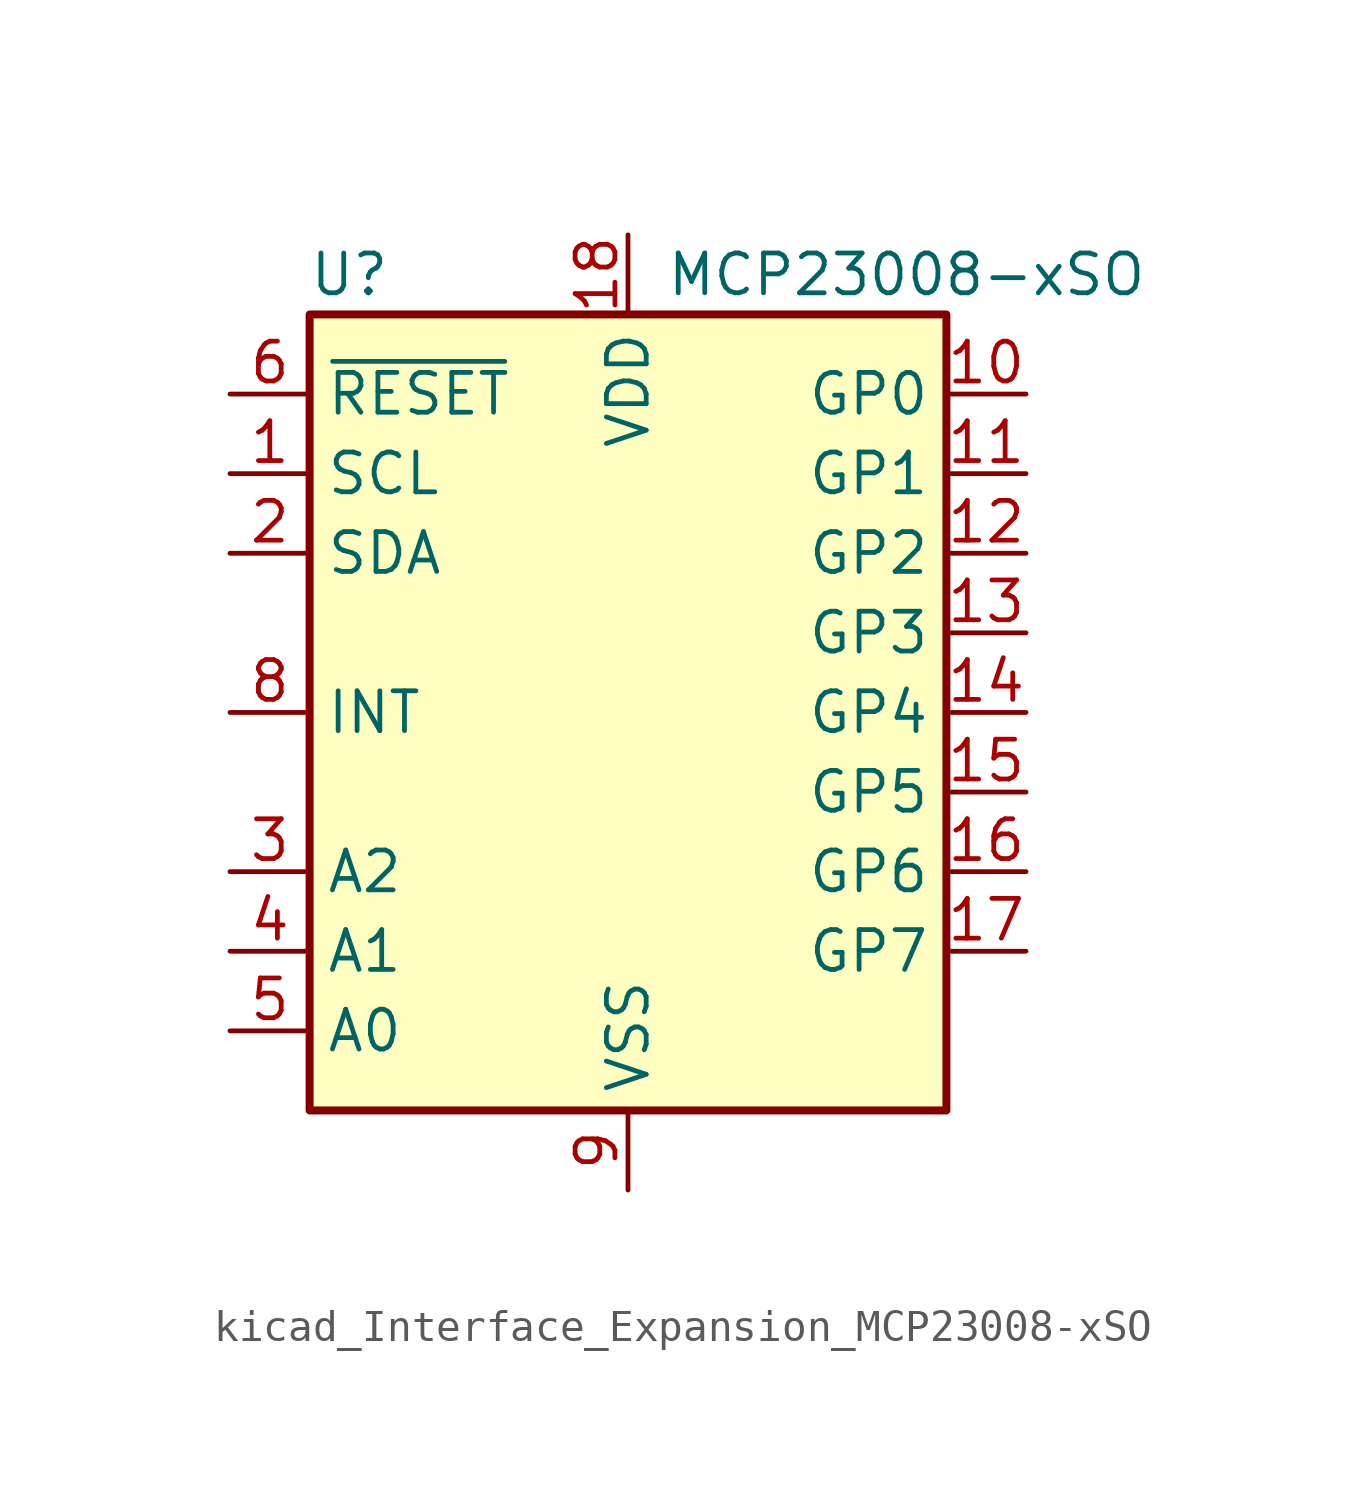
<source format=kicad_sym>
(kicad_symbol_lib
  (version 20220914)
  (generator kicad_symbol_editor)
  (symbol "kicad_Interface_Expansion_MCP23008-xSO"
    (property "Reference" "U"
      (at -8.89 13.97 0)
      (effects (font (size 1.27 1.27))))
    (property "Value" "MCP23008-xSO"
      (at 8.89 13.97 0)
      (effects (font (size 1.27 1.27))))
    (symbol "kicad_Interface_Expansion_MCP23008-xSO_0_1"
      (rectangle (start -10.16 12.7) (end 10.16 -12.7) (stroke (width 0.254) (type default)) (fill (type background))))
    (symbol "kicad_Interface_Expansion_MCP23008-xSO_1_1"
      (pin input line (at -12.7 7.62 0) (length 2.54) (name "SCL" (effects (font (size 1.27 1.27)))) (number "1" (effects (font (size 1.27 1.27)))))
      (pin bidirectional line (at 12.7 10.16 180) (length 2.54) (name "GP0" (effects (font (size 1.27 1.27)))) (number "10" (effects (font (size 1.27 1.27)))))
      (pin bidirectional line (at 12.7 7.62 180) (length 2.54) (name "GP1" (effects (font (size 1.27 1.27)))) (number "11" (effects (font (size 1.27 1.27)))))
      (pin bidirectional line (at 12.7 5.08 180) (length 2.54) (name "GP2" (effects (font (size 1.27 1.27)))) (number "12" (effects (font (size 1.27 1.27)))))
      (pin bidirectional line (at 12.7 2.54 180) (length 2.54) (name "GP3" (effects (font (size 1.27 1.27)))) (number "13" (effects (font (size 1.27 1.27)))))
      (pin bidirectional line (at 12.7 0 180) (length 2.54) (name "GP4" (effects (font (size 1.27 1.27)))) (number "14" (effects (font (size 1.27 1.27)))))
      (pin bidirectional line (at 12.7 -2.54 180) (length 2.54) (name "GP5" (effects (font (size 1.27 1.27)))) (number "15" (effects (font (size 1.27 1.27)))))
      (pin bidirectional line (at 12.7 -5.08 180) (length 2.54) (name "GP6" (effects (font (size 1.27 1.27)))) (number "16" (effects (font (size 1.27 1.27)))))
      (pin bidirectional line (at 12.7 -7.62 180) (length 2.54) (name "GP7" (effects (font (size 1.27 1.27)))) (number "17" (effects (font (size 1.27 1.27)))))
      (pin power_in line (at 0 15.24 270) (length 2.54) (name "VDD" (effects (font (size 1.27 1.27)))) (number "18" (effects (font (size 1.27 1.27)))))
      (pin bidirectional line (at -12.7 5.08 0) (length 2.54) (name "SDA" (effects (font (size 1.27 1.27)))) (number "2" (effects (font (size 1.27 1.27)))))
      (pin input line (at -12.7 -5.08 0) (length 2.54) (name "A2" (effects (font (size 1.27 1.27)))) (number "3" (effects (font (size 1.27 1.27)))))
      (pin input line (at -12.7 -7.62 0) (length 2.54) (name "A1" (effects (font (size 1.27 1.27)))) (number "4" (effects (font (size 1.27 1.27)))))
      (pin input line (at -12.7 -10.16 0) (length 2.54) (name "A0" (effects (font (size 1.27 1.27)))) (number "5" (effects (font (size 1.27 1.27)))))
      (pin input line (at -12.7 10.16 0) (length 2.54) (name "~{RESET}" (effects (font (size 1.27 1.27)))) (number "6" (effects (font (size 1.27 1.27)))))
      (pin no_connect line (at -10.16 -2.54 0) (length 2.54) hide (name "NC" (effects (font (size 1.27 1.27)))) (number "7" (effects (font (size 1.27 1.27)))))
      (pin output line (at -12.7 0 0) (length 2.54) (name "INT" (effects (font (size 1.27 1.27)))) (number "8" (effects (font (size 1.27 1.27)))) (alternate "INT" open_collector line))
      (pin power_in line (at 0 -15.24 90) (length 2.54) (name "VSS" (effects (font (size 1.27 1.27)))) (number "9" (effects (font (size 1.27 1.27))))))))
</source>
